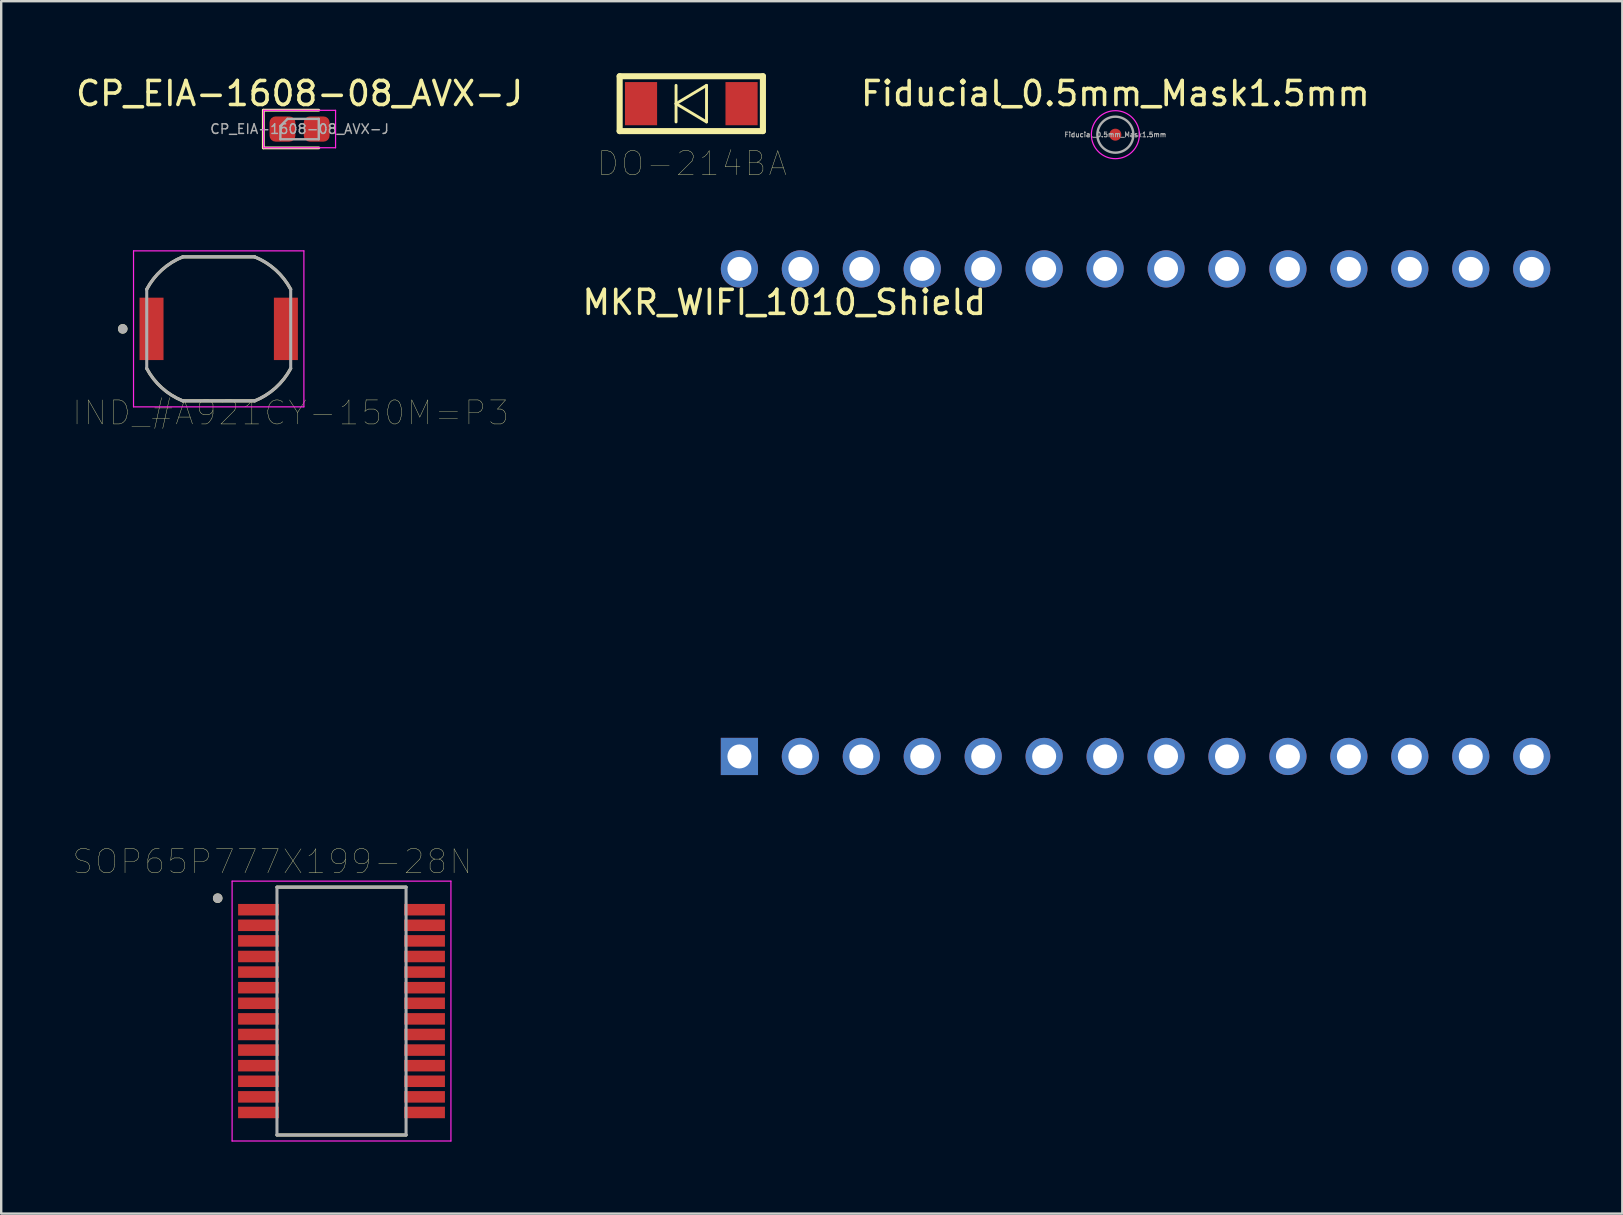
<source format=kicad_pcb>
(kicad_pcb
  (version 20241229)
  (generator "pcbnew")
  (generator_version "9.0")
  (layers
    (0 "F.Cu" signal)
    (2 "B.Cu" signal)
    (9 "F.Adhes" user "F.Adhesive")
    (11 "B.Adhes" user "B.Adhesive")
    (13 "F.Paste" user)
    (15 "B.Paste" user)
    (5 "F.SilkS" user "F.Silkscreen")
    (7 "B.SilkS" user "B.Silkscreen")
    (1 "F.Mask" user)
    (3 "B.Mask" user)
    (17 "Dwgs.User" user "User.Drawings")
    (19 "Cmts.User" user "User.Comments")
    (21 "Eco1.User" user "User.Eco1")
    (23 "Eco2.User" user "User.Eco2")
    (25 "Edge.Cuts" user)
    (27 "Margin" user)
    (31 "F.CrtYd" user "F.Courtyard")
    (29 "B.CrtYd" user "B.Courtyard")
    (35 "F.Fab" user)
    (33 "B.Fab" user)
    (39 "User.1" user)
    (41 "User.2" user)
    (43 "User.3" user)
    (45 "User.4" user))
  (footprint "DO-214BA"
    (layer "F.Cu")
    (at 25.76 1.27)
    (property "Reference" "DO-214BA" (at 0.032 2.5 0) (layer "F.SilkS") (effects (font (size 1 1) (thickness 0.015))))
    (attr through_hole)
    (fp_line (start -2.985 -1.143) (end 2.985 -1.143) (stroke (width 0.254) (type solid)) (layer "F.SilkS"))
    (fp_line (start -2.985 1.143) (end -2.985 -1.143) (stroke (width 0.254) (type solid)) (layer "F.SilkS"))
    (fp_line (start -0.635 0) (end 0.635 0.762) (stroke (width 0.12) (type solid)) (layer "F.SilkS"))
    (fp_line (start -0.635 0.762) (end -0.635 -0.762) (stroke (width 0.12) (type solid)) (layer "F.SilkS"))
    (fp_line (start 0.635 -0.762) (end -0.635 0) (stroke (width 0.12) (type solid)) (layer "F.SilkS"))
    (fp_line (start 0.635 0.762) (end 0.635 -0.762) (stroke (width 0.12) (type solid)) (layer "F.SilkS"))
    (fp_line (start 2.985 -1.143) (end 2.985 1.143) (stroke (width 0.254) (type solid)) (layer "F.SilkS"))
    (fp_line (start 2.985 1.143) (end -2.985 1.143) (stroke (width 0.254) (type solid)) (layer "F.SilkS"))
    (pad "1" smd rect (at -2.095 0 90) (size 1.8 1.34) (layers "F.Cu" "F.Mask" "F.Paste"))
    (pad "2" smd rect (at 2.095 0 90) (size 1.8 1.34) (layers "F.Cu" "F.Mask" "F.Paste")))
  (footprint "MKR_WIFI_1010_Shield"
    (layer "F.Cu")
    (at 35.736 18.316)
    (property "Reference" "MKR_WIFI_1010_Shield" (at -14.605 -8.763 180) (layer "F.SilkS") (effects (font (size 1 1) (thickness 0.15)) (justify left)))
    (attr through_hole)
    (pad "1" thru_hole rect (at -7.97 10.16) (size 1.55 1.55) (drill 1) (layers "*.Cu"))
    (pad "2" thru_hole circle (at -5.43 10.16) (size 1.55 1.55) (drill 1) (layers "*.Cu"))
    (pad "3" thru_hole circle (at -2.89 10.16) (size 1.55 1.55) (drill 1) (layers "*.Cu"))
    (pad "4" thru_hole circle (at -0.35 10.16) (size 1.55 1.55) (drill 1) (layers "*.Cu"))
    (pad "5" thru_hole circle (at 2.19 10.16) (size 1.55 1.55) (drill 1) (layers "*.Cu"))
    (pad "6" thru_hole circle (at 4.73 10.16) (size 1.55 1.55) (drill 1) (layers "*.Cu"))
    (pad "7" thru_hole circle (at 7.27 10.16) (size 1.55 1.55) (drill 1) (layers "*.Cu"))
    (pad "8" thru_hole circle (at 9.81 10.16) (size 1.55 1.55) (drill 1) (layers "*.Cu"))
    (pad "9" thru_hole circle (at 12.35 10.16) (size 1.55 1.55) (drill 1) (layers "*.Cu"))
    (pad "10" thru_hole circle (at 14.89 10.16) (size 1.55 1.55) (drill 1) (layers "*.Cu"))
    (pad "11" thru_hole circle (at 17.43 10.16) (size 1.55 1.55) (drill 1) (layers "*.Cu"))
    (pad "12" thru_hole circle (at 19.97 10.16) (size 1.55 1.55) (drill 1) (layers "*.Cu"))
    (pad "13" thru_hole circle (at 22.51 10.16) (size 1.55 1.55) (drill 1) (layers "*.Cu"))
    (pad "14" thru_hole circle (at 25.05 10.16) (size 1.55 1.55) (drill 1) (layers "*.Cu"))
    (pad "15" thru_hole circle (at 25.05 -10.16) (size 1.55 1.55) (drill 1) (layers "*.Cu"))
    (pad "16" thru_hole circle (at 22.51 -10.16) (size 1.55 1.55) (drill 1) (layers "*.Cu"))
    (pad "17" thru_hole circle (at 19.97 -10.16) (size 1.55 1.55) (drill 1) (layers "*.Cu"))
    (pad "18" thru_hole circle (at 17.43 -10.16) (size 1.55 1.55) (drill 1) (layers "*.Cu"))
    (pad "19" thru_hole circle (at 14.89 -10.16) (size 1.55 1.55) (drill 1) (layers "*.Cu"))
    (pad "20" thru_hole circle (at 12.35 -10.16) (size 1.55 1.55) (drill 1) (layers "*.Cu"))
    (pad "21" thru_hole circle (at 9.81 -10.16) (size 1.55 1.55) (drill 1) (layers "*.Cu"))
    (pad "22" thru_hole circle (at 7.27 -10.16) (size 1.55 1.55) (drill 1) (layers "*.Cu"))
    (pad "23" thru_hole circle (at 4.73 -10.16) (size 1.55 1.55) (drill 1) (layers "*.Cu"))
    (pad "24" thru_hole circle (at 2.19 -10.16) (size 1.55 1.55) (drill 1) (layers "*.Cu"))
    (pad "25" thru_hole circle (at -0.35 -10.16) (size 1.55 1.55) (drill 1) (layers "*.Cu"))
    (pad "26" thru_hole circle (at -2.89 -10.16) (size 1.55 1.55) (drill 1) (layers "*.Cu"))
    (pad "27" thru_hole circle (at -5.43 -10.16) (size 1.55 1.55) (drill 1) (layers "*.Cu"))
    (pad "28" thru_hole circle (at -7.97 -10.16) (size 1.55 1.55) (drill 1) (layers "*.Cu")))
  (footprint "IND_#A921CY-150M=P3"
    (layer "F.Cu")
    (at 6.065 10.656)
    (property "Reference" "IND_#A921CY-150M=P3" (at 3 3.5 0) (layer "F.SilkS") (effects (font (size 1 1) (thickness 0.015))))
    (attr through_hole)
    (fp_line (start -1.5 -3) (end 1.5 -3) (stroke (width 0.127) (type solid)) (layer "F.SilkS"))
    (fp_line (start 1.5 3) (end -1.5 3) (stroke (width 0.127) (type solid)) (layer "F.SilkS"))
    (fp_arc (start -3 -1.65) (mid -2.369338 -2.457598) (end -1.5 -3) (stroke (width 0.127) (type solid)) (layer "F.SilkS"))
    (fp_arc (start -1.5 3) (mid -2.369338 2.457598) (end -3 1.65) (stroke (width 0.127) (type solid)) (layer "F.SilkS"))
    (fp_arc (start 1.5 -3) (mid 2.369338 -2.457598) (end 3 -1.65) (stroke (width 0.127) (type solid)) (layer "F.SilkS"))
    (fp_arc (start 3 1.65) (mid 2.369338 2.457598) (end 1.5 3) (stroke (width 0.127) (type solid)) (layer "F.SilkS"))
    (fp_circle (center -4 0) (end -3.9 0) (stroke (width 0.2) (type solid)) (fill no) (layer "F.SilkS"))
    (fp_line (start -3.55 -3.25) (end 3.55 -3.25) (stroke (width 0.05) (type solid)) (layer "F.CrtYd"))
    (fp_line (start -3.55 3.25) (end -3.55 -3.25) (stroke (width 0.05) (type solid)) (layer "F.CrtYd"))
    (fp_line (start 3.55 -3.25) (end 3.55 3.25) (stroke (width 0.05) (type solid)) (layer "F.CrtYd"))
    (fp_line (start 3.55 3.25) (end -3.55 3.25) (stroke (width 0.05) (type solid)) (layer "F.CrtYd"))
    (fp_line (start -3 1.65) (end -3 -1.65) (stroke (width 0.127) (type solid)) (layer "F.Fab"))
    (fp_line (start -1.5 -3) (end 1.5 -3) (stroke (width 0.127) (type solid)) (layer "F.Fab"))
    (fp_line (start 1.5 3) (end -1.5 3) (stroke (width 0.127) (type solid)) (layer "F.Fab"))
    (fp_line (start 3 -1.65) (end 3 1.65) (stroke (width 0.127) (type solid)) (layer "F.Fab"))
    (fp_arc (start -3 -1.65) (mid -2.369338 -2.457598) (end -1.5 -3) (stroke (width 0.127) (type solid)) (layer "F.Fab"))
    (fp_arc (start -1.5 3) (mid -2.369338 2.457598) (end -3 1.65) (stroke (width 0.127) (type solid)) (layer "F.Fab"))
    (fp_arc (start 1.5 -3) (mid 2.369338 -2.457598) (end 3 -1.65) (stroke (width 0.127) (type solid)) (layer "F.Fab"))
    (fp_arc (start 3 1.65) (mid 2.369338 2.457598) (end 1.5 3) (stroke (width 0.127) (type solid)) (layer "F.Fab"))
    (fp_circle (center -4 0) (end -3.9 0) (stroke (width 0.2) (type solid)) (fill no) (layer "F.Fab"))
    (pad "1" smd rect (at -2.8 0) (size 1 2.6) (layers "F.Cu" "F.Mask" "F.Paste"))
    (pad "2" smd rect (at 2.8 0) (size 1 2.6) (layers "F.Cu" "F.Mask" "F.Paste")))
  (footprint "SOP65P777X199-28N"
    (layer "F.Cu")
    (at 11.183 39.088)
    (property "Reference" "SOP65P777X199-28N" (at -2.88 -6.225 0) (layer "F.SilkS") (effects (font (size 1 1) (thickness 0.015))))
    (attr through_hole)
    (fp_line (start -2.69 -5.165) (end 2.69 -5.165) (stroke (width 0.127) (type solid)) (layer "F.SilkS"))
    (fp_line (start -2.69 5.165) (end 2.69 5.165) (stroke (width 0.127) (type solid)) (layer "F.SilkS"))
    (fp_circle (center -5.16 -4.705) (end -5.06 -4.705) (stroke (width 0.2) (type solid)) (fill no) (layer "F.SilkS"))
    (fp_line (start -4.56 -5.415) (end -4.56 5.415) (stroke (width 0.05) (type solid)) (layer "F.CrtYd"))
    (fp_line (start -4.56 -5.415) (end 4.56 -5.415) (stroke (width 0.05) (type solid)) (layer "F.CrtYd"))
    (fp_line (start -4.56 5.415) (end 4.56 5.415) (stroke (width 0.05) (type solid)) (layer "F.CrtYd"))
    (fp_line (start 4.56 -5.415) (end 4.56 5.415) (stroke (width 0.05) (type solid)) (layer "F.CrtYd"))
    (fp_line (start -2.69 -5.165) (end -2.69 5.165) (stroke (width 0.127) (type solid)) (layer "F.Fab"))
    (fp_line (start -2.69 -5.165) (end 2.69 -5.165) (stroke (width 0.127) (type solid)) (layer "F.Fab"))
    (fp_line (start -2.69 5.165) (end 2.69 5.165) (stroke (width 0.127) (type solid)) (layer "F.Fab"))
    (fp_line (start 2.69 -5.165) (end 2.69 5.165) (stroke (width 0.127) (type solid)) (layer "F.Fab"))
    (fp_circle (center -5.16 -4.705) (end -5.06 -4.705) (stroke (width 0.2) (type solid)) (fill no) (layer "F.Fab"))
    (pad "1" smd rect (at -3.46 -4.225) (size 1.7 0.48) (layers "F.Cu" "F.Mask" "F.Paste"))
    (pad "2" smd rect (at -3.46 -3.575) (size 1.7 0.48) (layers "F.Cu" "F.Mask" "F.Paste"))
    (pad "3" smd rect (at -3.46 -2.925) (size 1.7 0.48) (layers "F.Cu" "F.Mask" "F.Paste"))
    (pad "4" smd rect (at -3.46 -2.275) (size 1.7 0.48) (layers "F.Cu" "F.Mask" "F.Paste"))
    (pad "5" smd rect (at -3.46 -1.625) (size 1.7 0.48) (layers "F.Cu" "F.Mask" "F.Paste"))
    (pad "6" smd rect (at -3.46 -0.975) (size 1.7 0.48) (layers "F.Cu" "F.Mask" "F.Paste"))
    (pad "7" smd rect (at -3.46 -0.325) (size 1.7 0.48) (layers "F.Cu" "F.Mask" "F.Paste"))
    (pad "8" smd rect (at -3.46 0.325) (size 1.7 0.48) (layers "F.Cu" "F.Mask" "F.Paste"))
    (pad "9" smd rect (at -3.46 0.975) (size 1.7 0.48) (layers "F.Cu" "F.Mask" "F.Paste"))
    (pad "10" smd rect (at -3.46 1.625) (size 1.7 0.48) (layers "F.Cu" "F.Mask" "F.Paste"))
    (pad "11" smd rect (at -3.46 2.275) (size 1.7 0.48) (layers "F.Cu" "F.Mask" "F.Paste"))
    (pad "12" smd rect (at -3.46 2.925) (size 1.7 0.48) (layers "F.Cu" "F.Mask" "F.Paste"))
    (pad "13" smd rect (at -3.46 3.575) (size 1.7 0.48) (layers "F.Cu" "F.Mask" "F.Paste"))
    (pad "14" smd rect (at -3.46 4.225) (size 1.7 0.48) (layers "F.Cu" "F.Mask" "F.Paste"))
    (pad "15" smd rect (at 3.46 4.225) (size 1.7 0.48) (layers "F.Cu" "F.Mask" "F.Paste"))
    (pad "16" smd rect (at 3.46 3.575) (size 1.7 0.48) (layers "F.Cu" "F.Mask" "F.Paste"))
    (pad "17" smd rect (at 3.46 2.925) (size 1.7 0.48) (layers "F.Cu" "F.Mask" "F.Paste"))
    (pad "18" smd rect (at 3.46 2.275) (size 1.7 0.48) (layers "F.Cu" "F.Mask" "F.Paste"))
    (pad "19" smd rect (at 3.46 1.625) (size 1.7 0.48) (layers "F.Cu" "F.Mask" "F.Paste"))
    (pad "20" smd rect (at 3.46 0.975) (size 1.7 0.48) (layers "F.Cu" "F.Mask" "F.Paste"))
    (pad "21" smd rect (at 3.46 0.325) (size 1.7 0.48) (layers "F.Cu" "F.Mask" "F.Paste"))
    (pad "22" smd rect (at 3.46 -0.325) (size 1.7 0.48) (layers "F.Cu" "F.Mask" "F.Paste"))
    (pad "23" smd rect (at 3.46 -0.975) (size 1.7 0.48) (layers "F.Cu" "F.Mask" "F.Paste"))
    (pad "24" smd rect (at 3.46 -1.625) (size 1.7 0.48) (layers "F.Cu" "F.Mask" "F.Paste"))
    (pad "25" smd rect (at 3.46 -2.275) (size 1.7 0.48) (layers "F.Cu" "F.Mask" "F.Paste"))
    (pad "26" smd rect (at 3.46 -2.925) (size 1.7 0.48) (layers "F.Cu" "F.Mask" "F.Paste"))
    (pad "27" smd rect (at 3.46 -3.575) (size 1.7 0.48) (layers "F.Cu" "F.Mask" "F.Paste"))
    (pad "28" smd rect (at 3.46 -4.225) (size 1.7 0.48) (layers "F.Cu" "F.Mask" "F.Paste")))
  (footprint "CP_EIA-1608-08_AVX-J"
    (layer "F.Cu")
    (at 9.435 2.328)
    (property "Reference" "CP_EIA-1608-08_AVX-J" (at 0 -1.48 0) (layer "F.SilkS") (effects (font (size 1 1) (thickness 0.15))))
    (attr smd)
    (fp_line (start -1.51 -0.785) (end -1.51 0.785) (stroke (width 0.12) (type solid)) (layer "F.SilkS"))
    (fp_line (start -1.51 0.785) (end 0.8 0.785) (stroke (width 0.12) (type solid)) (layer "F.SilkS"))
    (fp_line (start 0.8 -0.785) (end -1.51 -0.785) (stroke (width 0.12) (type solid)) (layer "F.SilkS"))
    (fp_line (start -1.5 -0.78) (end 1.5 -0.78) (stroke (width 0.05) (type solid)) (layer "F.CrtYd"))
    (fp_line (start -1.5 0.78) (end -1.5 -0.78) (stroke (width 0.05) (type solid)) (layer "F.CrtYd"))
    (fp_line (start 1.5 -0.78) (end 1.5 0.78) (stroke (width 0.05) (type solid)) (layer "F.CrtYd"))
    (fp_line (start 1.5 0.78) (end -1.5 0.78) (stroke (width 0.05) (type solid)) (layer "F.CrtYd"))
    (fp_line (start -0.8 -0.125) (end -0.8 0.425) (stroke (width 0.1) (type solid)) (layer "F.Fab"))
    (fp_line (start -0.8 0.425) (end 0.8 0.425) (stroke (width 0.1) (type solid)) (layer "F.Fab"))
    (fp_line (start -0.5 -0.425) (end -0.8 -0.125) (stroke (width 0.1) (type solid)) (layer "F.Fab"))
    (fp_line (start 0.8 -0.425) (end -0.5 -0.425) (stroke (width 0.1) (type solid)) (layer "F.Fab"))
    (fp_line (start 0.8 0.425) (end 0.8 -0.425) (stroke (width 0.1) (type solid)) (layer "F.Fab"))
    (fp_text user "${REFERENCE}" (at 0 0 0) (layer "F.Fab") (effects (font (size 0.4 0.4) (thickness 0.06))))
    (pad "1" smd roundrect (at -0.713 0) (size 1.075 1.05) (layers "F.Cu" "F.Mask" "F.Paste") (roundrect_rratio 0.238))
    (pad "2" smd roundrect (at 0.713 0) (size 1.075 1.05) (layers "F.Cu" "F.Mask" "F.Paste") (roundrect_rratio 0.238)))
  (footprint "Fiducial_0.5mm_Mask1.5mm"
    (layer "F.Cu")
    (at 43.434 2.563)
    (property "Reference" "Fiducial_0.5mm_Mask1.5mm" (at 0 -1.714 0) (layer "F.SilkS") (effects (font (size 1 1) (thickness 0.15))))
    (attr smd)
    (fp_circle (center 0 0) (end 1 0) (stroke (width 0.05) (type solid)) (fill no) (layer "F.CrtYd"))
    (fp_circle (center 0 0) (end 0.75 0) (stroke (width 0.1) (type solid)) (fill no) (layer "F.Fab"))
    (fp_text user "${REFERENCE}" (at 0 0 0) (layer "F.Fab") (effects (font (size 0.2 0.2) (thickness 0.04))))
    (pad "" smd circle (at 0 0) (size 0.5 0.5) (layers "F.Cu" "F.Mask")))
  (gr_rect
    (start -3 -3)
    (end 64.561 47.528)
    (stroke (width 0.1) (type default))
    (fill no)
    (layer "Edge.Cuts")))
</source>
